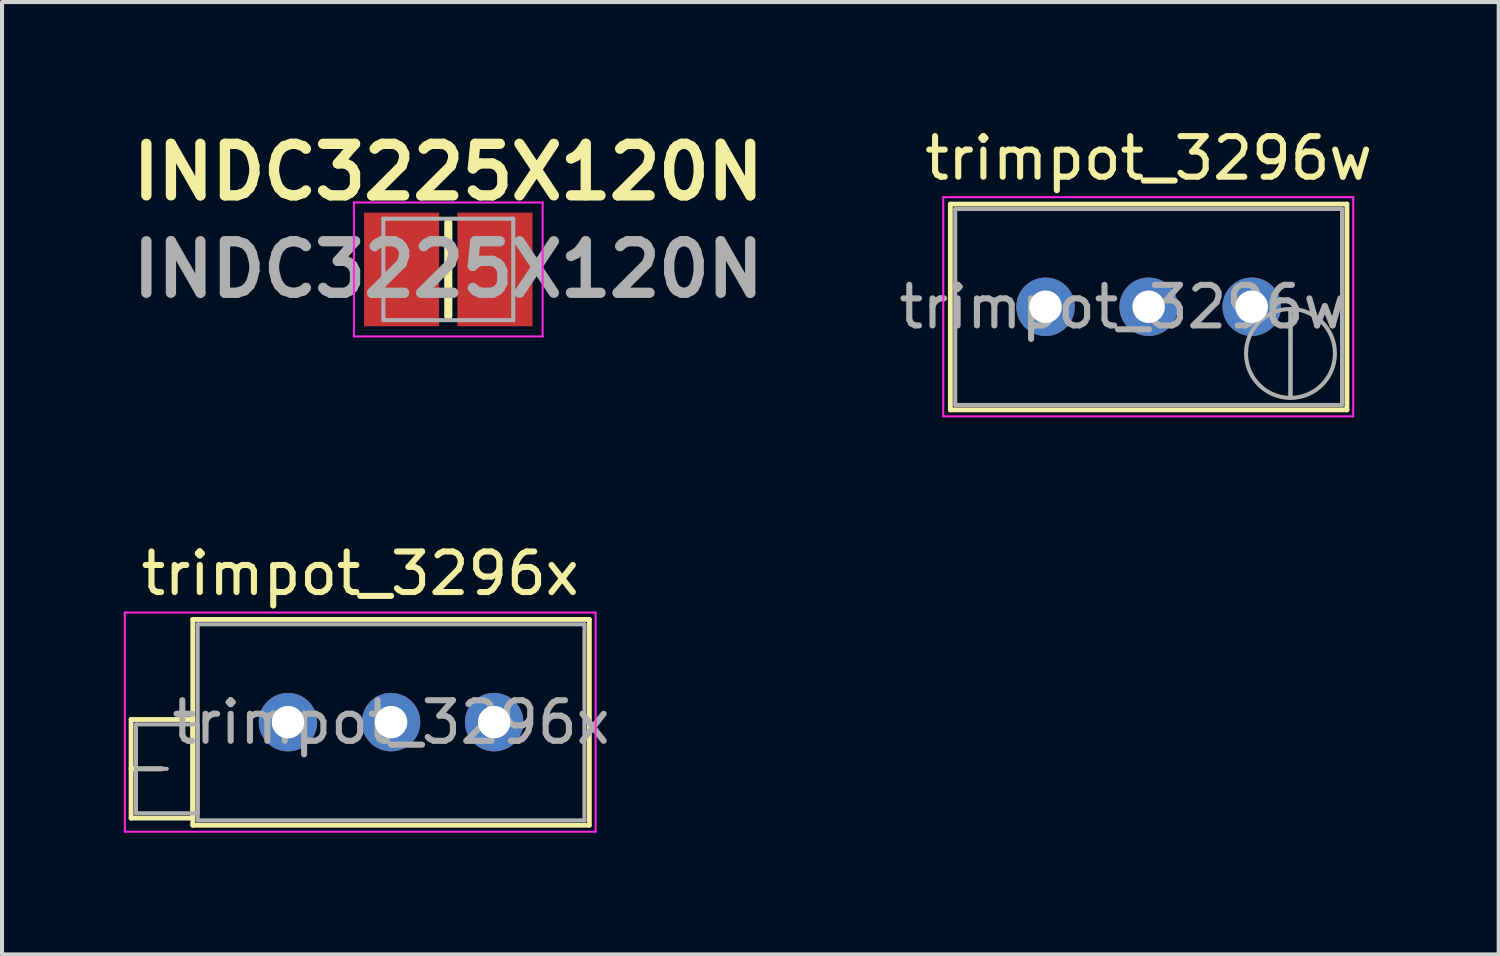
<source format=kicad_pcb>
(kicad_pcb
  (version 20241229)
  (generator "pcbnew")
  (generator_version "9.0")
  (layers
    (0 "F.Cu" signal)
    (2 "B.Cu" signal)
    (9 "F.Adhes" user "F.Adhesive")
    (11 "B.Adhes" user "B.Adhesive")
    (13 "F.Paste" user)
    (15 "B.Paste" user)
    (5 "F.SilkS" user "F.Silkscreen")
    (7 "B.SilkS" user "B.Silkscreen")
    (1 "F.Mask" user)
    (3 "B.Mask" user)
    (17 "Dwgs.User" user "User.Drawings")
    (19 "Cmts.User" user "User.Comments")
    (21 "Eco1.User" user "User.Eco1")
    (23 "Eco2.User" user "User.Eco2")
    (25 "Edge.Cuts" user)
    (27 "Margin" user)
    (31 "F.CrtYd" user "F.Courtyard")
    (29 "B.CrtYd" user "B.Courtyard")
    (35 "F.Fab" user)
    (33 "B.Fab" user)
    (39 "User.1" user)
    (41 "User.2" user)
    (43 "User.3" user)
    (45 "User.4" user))
  (footprint "INDC3225X120N"
    (layer "F.Cu")
    (at 7.995 3.589)
    (property "Reference" "INDC3225X120N" (at 0 -2.4 0) (layer "F.SilkS") (effects (font (size 1.27 1.27) (thickness 0.254))))
    (attr smd)
    (fp_line (start 0 -1.15) (end 0 1.15) (stroke (width 0.2) (type solid)) (layer "F.SilkS"))
    (fp_line (start -2.325 -1.65) (end 2.325 -1.65) (stroke (width 0.05) (type solid)) (layer "F.CrtYd"))
    (fp_line (start -2.325 1.65) (end -2.325 -1.65) (stroke (width 0.05) (type solid)) (layer "F.CrtYd"))
    (fp_line (start 2.325 -1.65) (end 2.325 1.65) (stroke (width 0.05) (type solid)) (layer "F.CrtYd"))
    (fp_line (start 2.325 1.65) (end -2.325 1.65) (stroke (width 0.05) (type solid)) (layer "F.CrtYd"))
    (fp_line (start -1.6 -1.25) (end 1.6 -1.25) (stroke (width 0.1) (type solid)) (layer "F.Fab"))
    (fp_line (start -1.6 1.25) (end -1.6 -1.25) (stroke (width 0.1) (type solid)) (layer "F.Fab"))
    (fp_line (start 1.6 -1.25) (end 1.6 1.25) (stroke (width 0.1) (type solid)) (layer "F.Fab"))
    (fp_line (start 1.6 1.25) (end -1.6 1.25) (stroke (width 0.1) (type solid)) (layer "F.Fab"))
    (fp_text user "${REFERENCE}" (at 0 0 0) (layer "F.Fab") (effects (font (size 1.27 1.27) (thickness 0.254))))
    (pad "1" smd rect (at -1.15 0) (size 1.85 2.8) (layers "F.Cu" "F.Mask" "F.Paste"))
    (pad "2" smd rect (at 1.15 0) (size 1.85 2.8) (layers "F.Cu" "F.Mask" "F.Paste")))
  (footprint "trimpot_3296w"
    (layer "F.Cu")
    (at 27.79 4.508)
    (property "Reference" "trimpot_3296w" (at -2.54 -3.66 0) (layer "F.SilkS") (effects (font (size 1 1) (thickness 0.15))))
    (attr through_hole)
    (fp_line (start -7.425 -2.53) (end -7.425 2.54) (stroke (width 0.12) (type solid)) (layer "F.SilkS"))
    (fp_line (start -7.425 -2.53) (end 2.345 -2.53) (stroke (width 0.12) (type solid)) (layer "F.SilkS"))
    (fp_line (start -7.425 2.54) (end 2.345 2.54) (stroke (width 0.12) (type solid)) (layer "F.SilkS"))
    (fp_line (start 2.345 -2.53) (end 2.345 2.54) (stroke (width 0.12) (type solid)) (layer "F.SilkS"))
    (fp_line (start -7.6 -2.7) (end -7.6 2.7) (stroke (width 0.05) (type solid)) (layer "F.CrtYd"))
    (fp_line (start -7.6 2.7) (end 2.5 2.7) (stroke (width 0.05) (type solid)) (layer "F.CrtYd"))
    (fp_line (start 2.5 -2.7) (end -7.6 -2.7) (stroke (width 0.05) (type solid)) (layer "F.CrtYd"))
    (fp_line (start 2.5 2.7) (end 2.5 -2.7) (stroke (width 0.05) (type solid)) (layer "F.CrtYd"))
    (fp_line (start -7.305 -2.41) (end -7.305 2.42) (stroke (width 0.1) (type solid)) (layer "F.Fab"))
    (fp_line (start -7.305 2.42) (end 2.225 2.42) (stroke (width 0.1) (type solid)) (layer "F.Fab"))
    (fp_line (start 0.955 2.235) (end 0.956 0.066) (stroke (width 0.1) (type solid)) (layer "F.Fab"))
    (fp_line (start 0.955 2.235) (end 0.956 0.066) (stroke (width 0.1) (type solid)) (layer "F.Fab"))
    (fp_line (start 2.225 -2.41) (end -7.305 -2.41) (stroke (width 0.1) (type solid)) (layer "F.Fab"))
    (fp_line (start 2.225 2.42) (end 2.225 -2.41) (stroke (width 0.1) (type solid)) (layer "F.Fab"))
    (fp_circle (center 0.955 1.15) (end 2.05 1.15) (stroke (width 0.1) (type solid)) (fill no) (layer "F.Fab"))
    (fp_text user "${REFERENCE}" (at -3.175 0.005 0) (layer "F.Fab") (effects (font (size 1 1) (thickness 0.15))))
    (pad "1" thru_hole circle (at 0 0) (size 1.44 1.44) (drill 0.8) (layers "*.Cu" "*.Mask"))
    (pad "2" thru_hole circle (at -2.54 0) (size 1.44 1.44) (drill 0.8) (layers "*.Cu" "*.Mask"))
    (pad "3" thru_hole circle (at -5.08 0) (size 1.44 1.44) (drill 0.8) (layers "*.Cu" "*.Mask")))
  (footprint "trimpot_3296x"
    (layer "F.Cu")
    (at 9.125 14.742)
    (property "Reference" "trimpot_3296x" (at -3.3 -3.66 0) (layer "F.SilkS") (effects (font (size 1 1) (thickness 0.15))))
    (attr through_hole)
    (fp_line (start -8.945 -0.065) (end -8.945 2.365) (stroke (width 0.12) (type solid)) (layer "F.SilkS"))
    (fp_line (start -8.945 -0.065) (end -7.426 -0.065) (stroke (width 0.12) (type solid)) (layer "F.SilkS"))
    (fp_line (start -8.945 1.15) (end -8.186 1.15) (stroke (width 0.12) (type solid)) (layer "F.SilkS"))
    (fp_line (start -8.945 2.365) (end -7.426 2.365) (stroke (width 0.12) (type solid)) (layer "F.SilkS"))
    (fp_line (start -7.426 -0.065) (end -7.426 2.365) (stroke (width 0.12) (type solid)) (layer "F.SilkS"))
    (fp_line (start -7.425 -2.53) (end -7.425 2.54) (stroke (width 0.12) (type solid)) (layer "F.SilkS"))
    (fp_line (start -7.425 -2.53) (end 2.345 -2.53) (stroke (width 0.12) (type solid)) (layer "F.SilkS"))
    (fp_line (start -7.425 2.54) (end 2.345 2.54) (stroke (width 0.12) (type solid)) (layer "F.SilkS"))
    (fp_line (start 2.345 -2.53) (end 2.345 2.54) (stroke (width 0.12) (type solid)) (layer "F.SilkS"))
    (fp_line (start -9.1 -2.7) (end -9.1 2.7) (stroke (width 0.05) (type solid)) (layer "F.CrtYd"))
    (fp_line (start -9.1 2.7) (end 2.5 2.7) (stroke (width 0.05) (type solid)) (layer "F.CrtYd"))
    (fp_line (start 2.5 -2.7) (end -9.1 -2.7) (stroke (width 0.05) (type solid)) (layer "F.CrtYd"))
    (fp_line (start 2.5 2.7) (end 2.5 -2.7) (stroke (width 0.05) (type solid)) (layer "F.CrtYd"))
    (fp_line (start -8.825 0.055) (end -8.825 2.245) (stroke (width 0.1) (type solid)) (layer "F.Fab"))
    (fp_line (start -8.825 1.15) (end -8.065 1.15) (stroke (width 0.1) (type solid)) (layer "F.Fab"))
    (fp_line (start -8.825 2.245) (end -7.305 2.245) (stroke (width 0.1) (type solid)) (layer "F.Fab"))
    (fp_line (start -7.305 -2.41) (end -7.305 2.42) (stroke (width 0.1) (type solid)) (layer "F.Fab"))
    (fp_line (start -7.305 0.055) (end -8.825 0.055) (stroke (width 0.1) (type solid)) (layer "F.Fab"))
    (fp_line (start -7.305 2.245) (end -7.305 0.055) (stroke (width 0.1) (type solid)) (layer "F.Fab"))
    (fp_line (start -7.305 2.42) (end 2.225 2.42) (stroke (width 0.1) (type solid)) (layer "F.Fab"))
    (fp_line (start 2.225 -2.41) (end -7.305 -2.41) (stroke (width 0.1) (type solid)) (layer "F.Fab"))
    (fp_line (start 2.225 2.42) (end 2.225 -2.41) (stroke (width 0.1) (type solid)) (layer "F.Fab"))
    (fp_text user "${REFERENCE}" (at -2.54 0.005 0) (layer "F.Fab") (effects (font (size 1 1) (thickness 0.15))))
    (pad "1" thru_hole circle (at 0 0) (size 1.44 1.44) (drill 0.8) (layers "*.Cu" "*.Mask"))
    (pad "2" thru_hole circle (at -2.54 0) (size 1.44 1.44) (drill 0.8) (layers "*.Cu" "*.Mask"))
    (pad "3" thru_hole circle (at -5.08 0) (size 1.44 1.44) (drill 0.8) (layers "*.Cu" "*.Mask")))
  (gr_rect
    (start -3 -3)
    (end 33.875 20.466)
    (stroke (width 0.1) (type default))
    (fill no)
    (layer "Edge.Cuts")))
</source>
